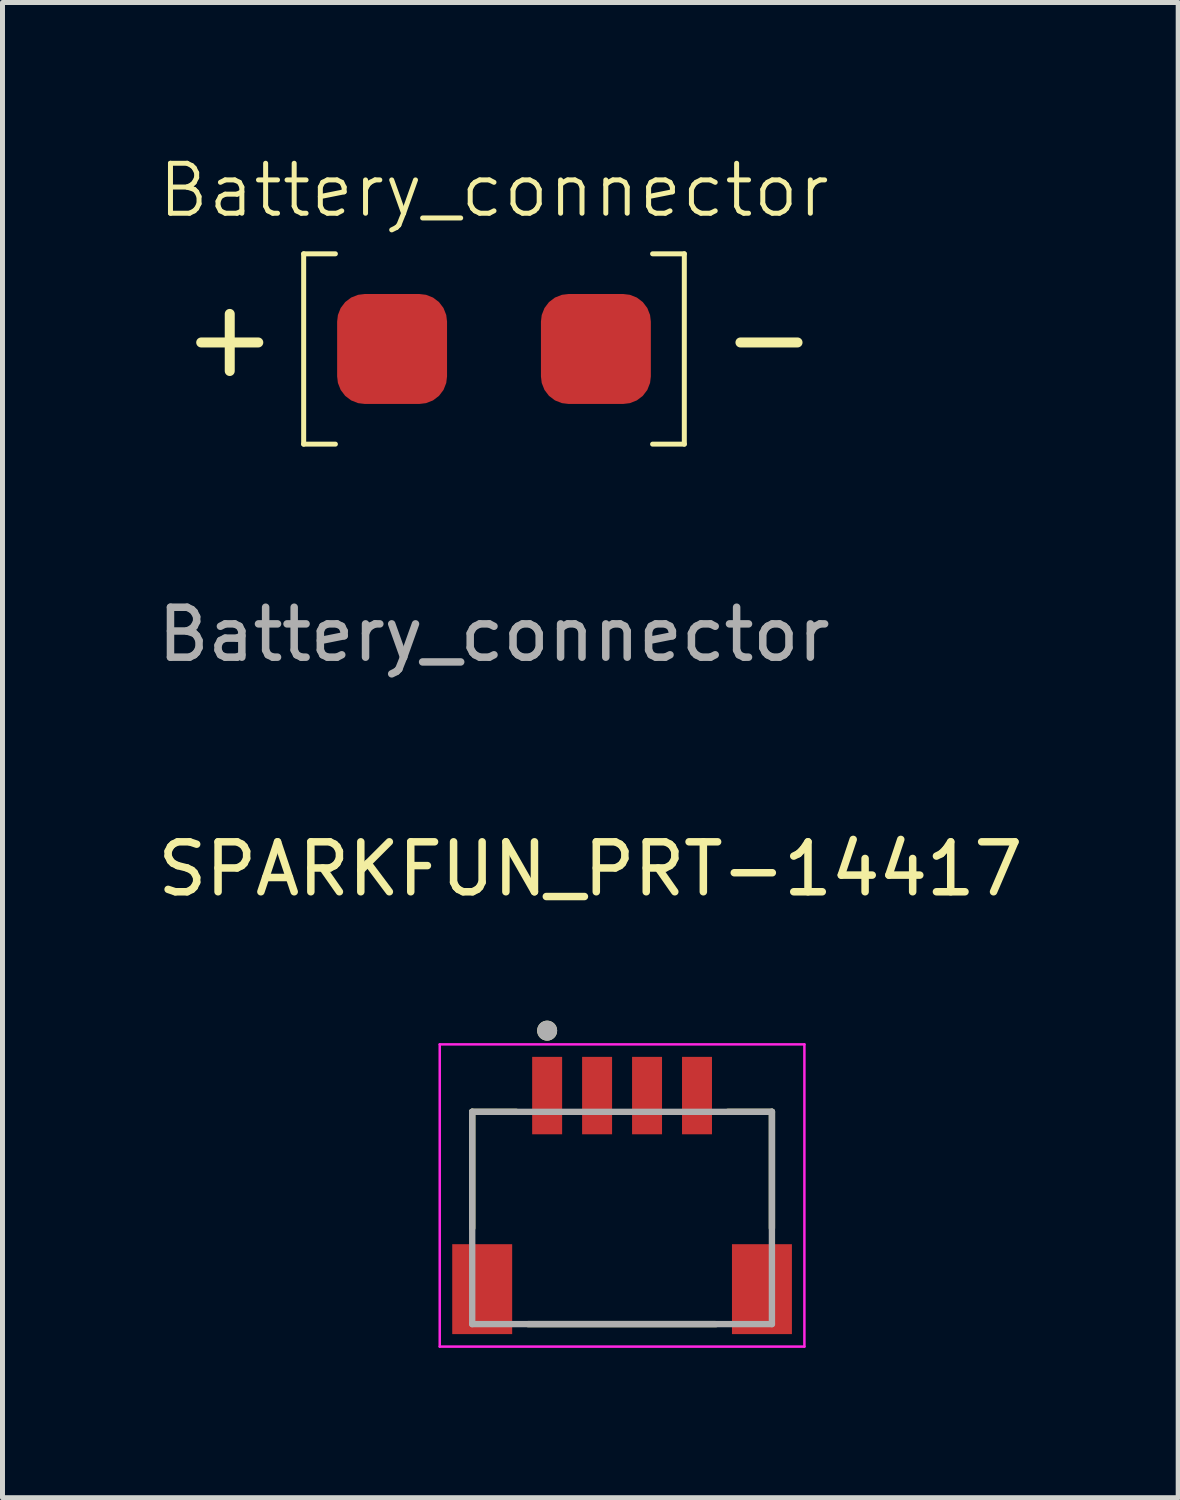
<source format=kicad_pcb>
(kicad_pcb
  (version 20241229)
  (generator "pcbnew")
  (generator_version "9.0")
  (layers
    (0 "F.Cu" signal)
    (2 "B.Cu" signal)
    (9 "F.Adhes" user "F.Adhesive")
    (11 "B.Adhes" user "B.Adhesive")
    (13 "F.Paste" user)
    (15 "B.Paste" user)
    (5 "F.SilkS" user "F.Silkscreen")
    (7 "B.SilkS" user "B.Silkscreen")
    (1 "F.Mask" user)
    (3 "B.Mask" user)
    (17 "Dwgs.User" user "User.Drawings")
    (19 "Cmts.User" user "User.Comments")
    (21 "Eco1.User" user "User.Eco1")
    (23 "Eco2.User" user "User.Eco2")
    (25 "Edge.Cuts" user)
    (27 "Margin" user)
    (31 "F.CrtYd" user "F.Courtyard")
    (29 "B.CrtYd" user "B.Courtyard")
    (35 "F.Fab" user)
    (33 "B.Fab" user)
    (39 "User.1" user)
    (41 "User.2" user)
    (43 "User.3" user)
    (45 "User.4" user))
  (footprint "SPARKFUN_PRT-14417"
    (layer "F.Cu")
    (at 9.403 21.332)
    (property "Reference" "SPARKFUN_PRT-14417" (at -0.635 -6.985 0) (layer "F.SilkS") (effects (font (size 1 1) (thickness 0.15))))
    (attr smd)
    (fp_line (start -3 -2.125) (end -2.12 -2.125) (stroke (width 0.127) (type solid)) (layer "F.SilkS"))
    (fp_line (start -3 0.205) (end -3 -2.125) (stroke (width 0.127) (type solid)) (layer "F.SilkS"))
    (fp_line (start -1.88 2.125) (end 1.88 2.125) (stroke (width 0.127) (type solid)) (layer "F.SilkS"))
    (fp_line (start 2.12 -2.125) (end 3 -2.125) (stroke (width 0.127) (type solid)) (layer "F.SilkS"))
    (fp_line (start 3 -2.125) (end 3 0.205) (stroke (width 0.127) (type solid)) (layer "F.SilkS"))
    (fp_circle (center -1.5 -3.75) (end -1.4 -3.75) (stroke (width 0.2) (type solid)) (fill no) (layer "F.SilkS"))
    (fp_line (start -3.65 -3.475) (end -3.65 2.575) (stroke (width 0.05) (type solid)) (layer "F.CrtYd"))
    (fp_line (start -3.65 2.575) (end 3.65 2.575) (stroke (width 0.05) (type solid)) (layer "F.CrtYd"))
    (fp_line (start 3.65 -3.475) (end -3.65 -3.475) (stroke (width 0.05) (type solid)) (layer "F.CrtYd"))
    (fp_line (start 3.65 2.575) (end 3.65 -3.475) (stroke (width 0.05) (type solid)) (layer "F.CrtYd"))
    (fp_line (start -3 -2.125) (end 3 -2.125) (stroke (width 0.127) (type solid)) (layer "F.Fab"))
    (fp_line (start -3 2.125) (end -3 -2.125) (stroke (width 0.127) (type solid)) (layer "F.Fab"))
    (fp_line (start 3 -2.125) (end 3 2.125) (stroke (width 0.127) (type solid)) (layer "F.Fab"))
    (fp_line (start 3 2.125) (end -3 2.125) (stroke (width 0.127) (type solid)) (layer "F.Fab"))
    (fp_circle (center -1.5 -3.75) (end -1.4 -3.75) (stroke (width 0.2) (type solid)) (fill no) (layer "F.Fab"))
    (pad "1" smd rect (at -1.5 -2.45) (size 0.6 1.55) (layers "F.Cu" "F.Mask" "F.Paste"))
    (pad "2" smd rect (at -0.5 -2.45) (size 0.6 1.55) (layers "F.Cu" "F.Mask" "F.Paste"))
    (pad "3" smd rect (at 0.5 -2.45) (size 0.6 1.55) (layers "F.Cu" "F.Mask" "F.Paste"))
    (pad "4" smd rect (at 1.5 -2.45) (size 0.6 1.55) (layers "F.Cu" "F.Mask" "F.Paste"))
    (pad "S1" smd rect (at -2.8 1.425) (size 1.2 1.8) (layers "F.Cu" "F.Mask" "F.Paste"))
    (pad "S2" smd rect (at 2.8 1.425) (size 1.2 1.8) (layers "F.Cu" "F.Mask" "F.Paste")))
  (footprint "Battery_connector"
    (layer "F.Cu")
    (at 6.839 3.936)
    (property "Reference" "Battery_connector" (at 0 -3.175 0) (unlocked yes) (layer "F.SilkS") (effects (font (size 1 1) (thickness 0.1))))
    (attr smd)
    (fp_line (start -3.81 -1.905) (end -3.81 1.905) (stroke (width 0.1) (type default)) (layer "F.SilkS"))
    (fp_line (start -3.81 1.905) (end -3.175 1.905) (stroke (width 0.1) (type default)) (layer "F.SilkS"))
    (fp_line (start -3.175 -1.905) (end -3.81 -1.905) (stroke (width 0.1) (type default)) (layer "F.SilkS"))
    (fp_line (start 3.175 -1.905) (end 3.81 -1.905) (stroke (width 0.1) (type default)) (layer "F.SilkS"))
    (fp_line (start 3.81 -1.905) (end 3.81 1.905) (stroke (width 0.1) (type default)) (layer "F.SilkS"))
    (fp_line (start 3.81 1.905) (end 3.175 1.905) (stroke (width 0.1) (type default)) (layer "F.SilkS"))
    (fp_text user "-" (at 4.445 0.635 0) (unlocked yes) (layer "F.SilkS") (effects (font (size 1.5 1.5) (thickness 0.2)) (justify left bottom)))
    (fp_text user "+" (at -6.35 0.635 0) (unlocked yes) (layer "F.SilkS") (effects (font (size 1.5 1.5) (thickness 0.2)) (justify left bottom)))
    (fp_text user "${REFERENCE}" (at 0 5.715 0) (unlocked yes) (layer "F.Fab") (effects (font (size 1 1) (thickness 0.15))))
    (pad "1" smd roundrect (at -2.04 0) (size 2.2 2.2) (layers "F.Cu" "F.Mask" "F.Paste") (roundrect_rratio 0.25))
    (pad "2" smd roundrect (at 2.04 0) (size 2.2 2.2) (layers "F.Cu" "F.Mask" "F.Paste") (roundrect_rratio 0.25)))
  (gr_rect
    (start -3 -3)
    (end 20.536 26.932)
    (stroke (width 0.1) (type default))
    (fill no)
    (layer "Edge.Cuts")))
</source>
